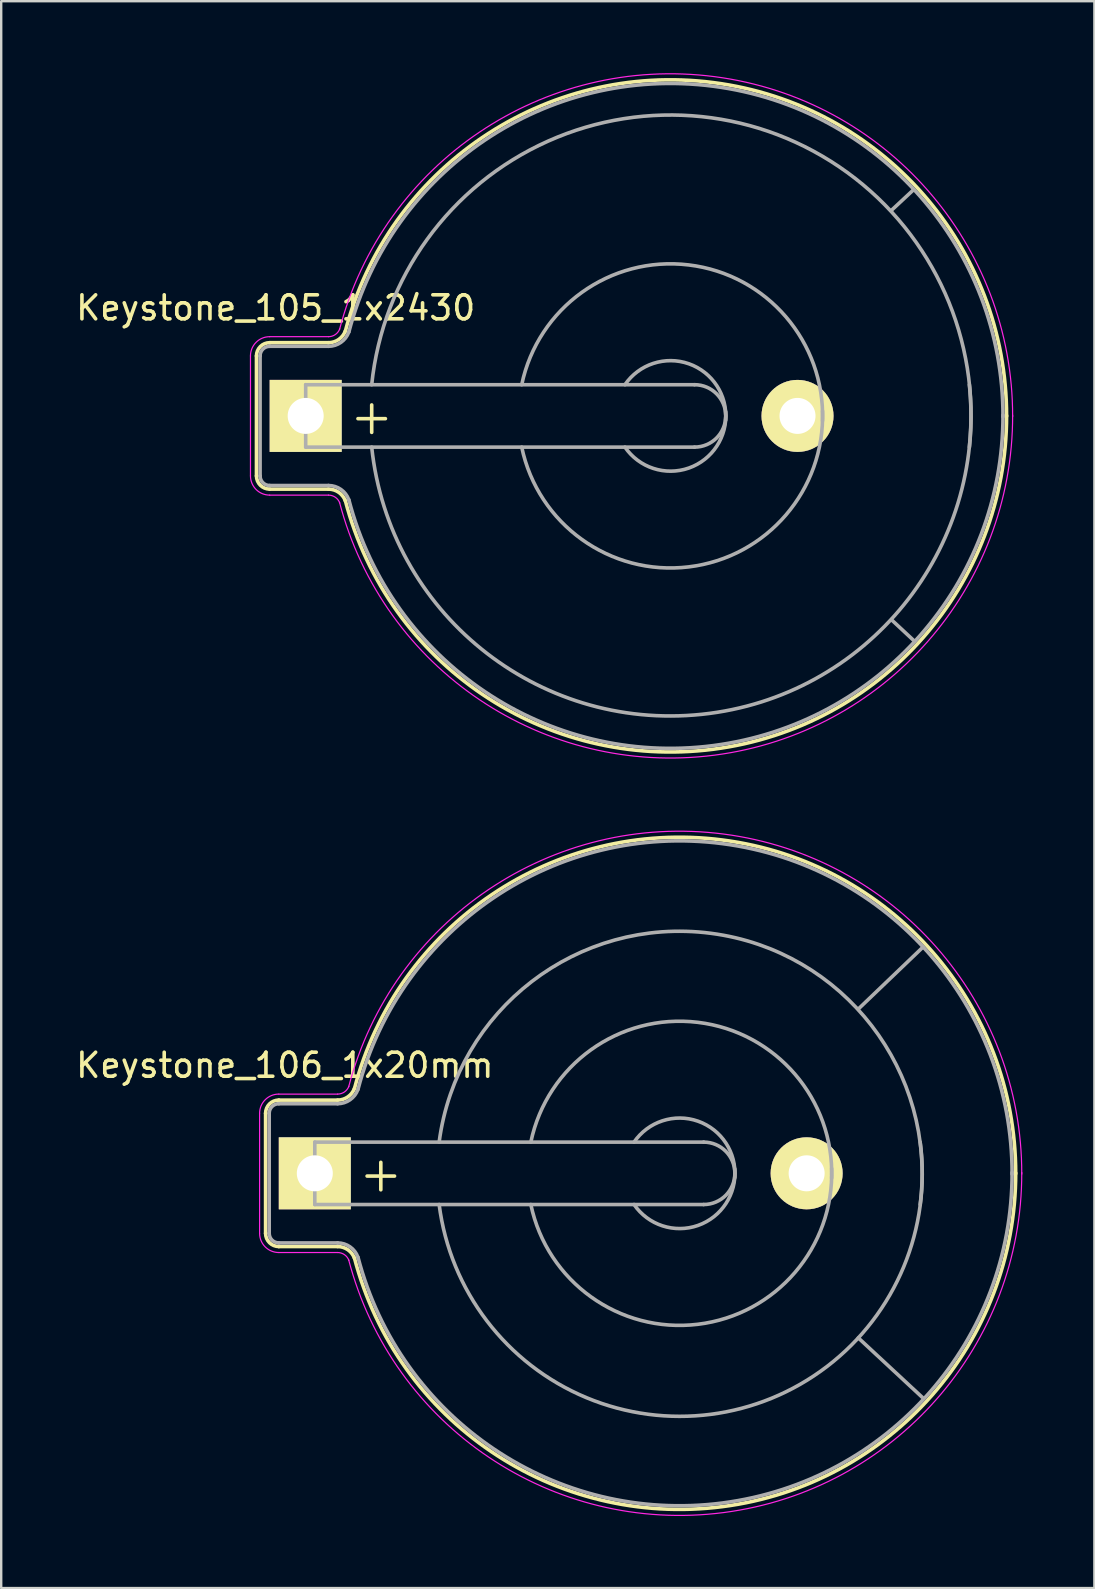
<source format=kicad_pcb>
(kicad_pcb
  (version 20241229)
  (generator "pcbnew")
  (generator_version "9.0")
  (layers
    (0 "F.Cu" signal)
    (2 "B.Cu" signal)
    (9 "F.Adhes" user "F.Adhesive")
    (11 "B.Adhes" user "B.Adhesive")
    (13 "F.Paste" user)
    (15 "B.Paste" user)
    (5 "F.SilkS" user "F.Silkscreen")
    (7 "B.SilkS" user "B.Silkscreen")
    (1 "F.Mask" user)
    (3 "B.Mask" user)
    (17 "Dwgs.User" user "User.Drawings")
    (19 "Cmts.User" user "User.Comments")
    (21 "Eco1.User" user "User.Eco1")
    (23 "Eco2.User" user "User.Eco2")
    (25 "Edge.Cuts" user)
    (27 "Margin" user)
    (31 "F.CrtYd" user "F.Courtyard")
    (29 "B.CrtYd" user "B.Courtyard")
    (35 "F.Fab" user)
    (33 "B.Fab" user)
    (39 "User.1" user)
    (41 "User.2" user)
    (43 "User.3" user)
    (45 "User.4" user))
  (footprint "Keystone_106_1x20mm"
    (layer "F.Cu")
    (at 10.065 45.831)
    (property "Reference" "Keystone_106_1x20mm" (at -1.25 -4.5 0) (layer "F.SilkS") (effects (font (size 1 1) (thickness 0.15))))
    (attr through_hole)
    (fp_line (start -2.05 -2.5) (end -2.05 2.5) (stroke (width 0.15) (type solid)) (layer "F.SilkS"))
    (fp_line (start -1.5 3.05) (end 0.95 3.05) (stroke (width 0.15) (type solid)) (layer "F.SilkS"))
    (fp_line (start 0.95 -3.05) (end -1.5 -3.05) (stroke (width 0.15) (type solid)) (layer "F.SilkS"))
    (fp_arc (start -2.05 -2.5) (mid -1.888909 -2.888909) (end -1.5 -3.05) (stroke (width 0.15) (type solid)) (layer "F.SilkS"))
    (fp_arc (start -1.5 3.05) (mid -1.888909 2.888909) (end -2.05 2.5) (stroke (width 0.15) (type solid)) (layer "F.SilkS"))
    (fp_arc (start 0.95 3.05) (mid 1.380182 3.185636) (end 1.654769 3.543485) (stroke (width 0.15) (type solid)) (layer "F.SilkS"))
    (fp_arc (start 1.65 -3.52) (mid 16.981862 -13.885887) (end 29.199738 0.015231) (stroke (width 0.15) (type solid)) (layer "F.SilkS"))
    (fp_arc (start 1.654769 -3.543485) (mid 1.380182 -3.185636) (end 0.95 -3.05) (stroke (width 0.15) (type solid)) (layer "F.SilkS"))
    (fp_arc (start 29.199738 -0.015231) (mid 16.981862 13.885887) (end 1.65 3.52) (stroke (width 0.15) (type solid)) (layer "F.SilkS"))
    (fp_line (start -2.3 -2.5) (end -2.3 2.5) (stroke (width 0.05) (type solid)) (layer "F.CrtYd"))
    (fp_line (start -1.5 3.3) (end 0.95 3.3) (stroke (width 0.05) (type solid)) (layer "F.CrtYd"))
    (fp_line (start 0.95 -3.3) (end -1.5 -3.3) (stroke (width 0.05) (type solid)) (layer "F.CrtYd"))
    (fp_arc (start -2.3 -2.5) (mid -2.065685 -3.065685) (end -1.5 -3.3) (stroke (width 0.05) (type solid)) (layer "F.CrtYd"))
    (fp_arc (start -1.5 3.3) (mid -2.065685 3.065685) (end -2.3 2.5) (stroke (width 0.05) (type solid)) (layer "F.CrtYd"))
    (fp_arc (start 0.95 3.3) (mid 1.236788 3.390424) (end 1.419846 3.62899) (stroke (width 0.05) (type solid)) (layer "F.CrtYd"))
    (fp_arc (start 1.41 -3.6) (mid 17.030934 -14.134065) (end 29.452124 0.032591) (stroke (width 0.05) (type solid)) (layer "F.CrtYd"))
    (fp_arc (start 1.419846 -3.62899) (mid 1.236788 -3.390424) (end 0.95 -3.3) (stroke (width 0.05) (type solid)) (layer "F.CrtYd"))
    (fp_arc (start 29.452124 -0.032591) (mid 17.030934 14.134065) (end 1.41 3.6) (stroke (width 0.05) (type solid)) (layer "F.CrtYd"))
    (fp_line (start -1.9 -2.5) (end -1.9 2.5) (stroke (width 0.15) (type solid)) (layer "F.Fab"))
    (fp_line (start -1.5 2.9) (end 0.95 2.9) (stroke (width 0.15) (type solid)) (layer "F.Fab"))
    (fp_line (start 0 -1.3) (end 0 1.3) (stroke (width 0.15) (type solid)) (layer "F.Fab"))
    (fp_line (start 0 1.3) (end 16.2 1.3) (stroke (width 0.15) (type solid)) (layer "F.Fab"))
    (fp_line (start 0.95 -2.9) (end -1.5 -2.9) (stroke (width 0.15) (type solid)) (layer "F.Fab"))
    (fp_line (start 16.2 -1.3) (end 0 -1.3) (stroke (width 0.15) (type solid)) (layer "F.Fab"))
    (fp_line (start 22.644 6.858) (end 25.35 9.373) (stroke (width 0.15) (type solid)) (layer "F.Fab"))
    (fp_line (start 22.657 -6.858) (end 25.342 -9.429) (stroke (width 0.15) (type solid)) (layer "F.Fab"))
    (fp_arc (start -1.9 -2.5) (mid -1.782843 -2.782843) (end -1.5 -2.9) (stroke (width 0.15) (type solid)) (layer "F.Fab"))
    (fp_arc (start -1.5 2.9) (mid -1.782843 2.782843) (end -1.9 2.5) (stroke (width 0.15) (type solid)) (layer "F.Fab"))
    (fp_arc (start 0.95 2.9) (mid 1.466219 3.062763) (end 1.795723 3.492182) (stroke (width 0.15) (type solid)) (layer "F.Fab"))
    (fp_arc (start 1.795723 -3.492182) (mid 1.466219 -3.062763) (end 0.95 -2.9) (stroke (width 0.15) (type solid)) (layer "F.Fab"))
    (fp_arc (start 1.8 -3.5) (mid 16.980951 -13.734563) (end 29.049508 0.033425) (stroke (width 0.15) (type solid)) (layer "F.Fab"))
    (fp_arc (start 5.18 -1.3) (mid 16.5 -10.02) (end 25.22 1.3) (stroke (width 0.15) (type solid)) (layer "F.Fab"))
    (fp_arc (start 9 -1.3) (mid 15.954687 -6.28971) (end 21.531551 0.203631) (stroke (width 0.15) (type solid)) (layer "F.Fab"))
    (fp_arc (start 13.3 -1.3) (mid 15.963947 -2.171724) (end 17.495448 0.175833) (stroke (width 0.15) (type solid)) (layer "F.Fab"))
    (fp_arc (start 16.2 -1.3) (mid 17.5 0) (end 16.2 1.3) (stroke (width 0.15) (type solid)) (layer "F.Fab"))
    (fp_arc (start 17.495448 -0.175833) (mid 15.963947 2.171724) (end 13.3 1.3) (stroke (width 0.15) (type solid)) (layer "F.Fab"))
    (fp_arc (start 21.531551 -0.203631) (mid 15.954687 6.28971) (end 9 1.3) (stroke (width 0.15) (type solid)) (layer "F.Fab"))
    (fp_arc (start 25.22 -1.3) (mid 16.5 10.02) (end 5.18 1.3) (stroke (width 0.15) (type solid)) (layer "F.Fab"))
    (fp_arc (start 29.049508 -0.033425) (mid 16.980951 13.734562) (end 1.8 3.5) (stroke (width 0.15) (type solid)) (layer "F.Fab"))
    (fp_text user "+" (at 2.75 0 0) (layer "F.SilkS") (effects (font (size 1.5 1.5) (thickness 0.15))))
    (pad "1" thru_hole rect (at 0 0) (size 3 3) (drill 1.5) (layers "*.Cu" "*.Mask" "F.SilkS"))
    (pad "2" thru_hole circle (at 20.49 0) (size 3 3) (drill 1.5) (layers "*.Cu" "*.Mask" "F.SilkS")))
  (footprint "Keystone_105_1x2430"
    (layer "F.Cu")
    (at 9.685 14.277)
    (property "Reference" "Keystone_105_1x2430" (at -1.25 -4.5 0) (layer "F.SilkS") (effects (font (size 1 1) (thickness 0.15))))
    (attr through_hole)
    (fp_line (start -2.05 -2.5) (end -2.05 2.5) (stroke (width 0.15) (type solid)) (layer "F.SilkS"))
    (fp_line (start -1.5 3.05) (end 0.95 3.05) (stroke (width 0.15) (type solid)) (layer "F.SilkS"))
    (fp_line (start 0.95 -3.05) (end -1.5 -3.05) (stroke (width 0.15) (type solid)) (layer "F.SilkS"))
    (fp_arc (start -2.05 -2.5) (mid -1.888909 -2.888909) (end -1.5 -3.05) (stroke (width 0.15) (type solid)) (layer "F.SilkS"))
    (fp_arc (start -1.5 3.05) (mid -1.888909 2.888909) (end -2.05 2.5) (stroke (width 0.15) (type solid)) (layer "F.SilkS"))
    (fp_arc (start 0.95 3.05) (mid 1.380182 3.185636) (end 1.654769 3.543485) (stroke (width 0.15) (type solid)) (layer "F.SilkS"))
    (fp_arc (start 1.65 -3.52) (mid 16.981862 -13.885887) (end 29.199738 0.015231) (stroke (width 0.15) (type solid)) (layer "F.SilkS"))
    (fp_arc (start 1.654769 -3.543485) (mid 1.380182 -3.185636) (end 0.95 -3.05) (stroke (width 0.15) (type solid)) (layer "F.SilkS"))
    (fp_arc (start 29.199738 -0.015231) (mid 16.981862 13.885887) (end 1.65 3.52) (stroke (width 0.15) (type solid)) (layer "F.SilkS"))
    (fp_line (start -2.3 -2.5) (end -2.3 2.5) (stroke (width 0.05) (type solid)) (layer "F.CrtYd"))
    (fp_line (start -1.5 3.3) (end 0.95 3.3) (stroke (width 0.05) (type solid)) (layer "F.CrtYd"))
    (fp_line (start 0.95 -3.3) (end -1.5 -3.3) (stroke (width 0.05) (type solid)) (layer "F.CrtYd"))
    (fp_arc (start -2.3 -2.5) (mid -2.065685 -3.065685) (end -1.5 -3.3) (stroke (width 0.05) (type solid)) (layer "F.CrtYd"))
    (fp_arc (start -1.5 3.3) (mid -2.065685 3.065685) (end -2.3 2.5) (stroke (width 0.05) (type solid)) (layer "F.CrtYd"))
    (fp_arc (start 0.95 3.3) (mid 1.236788 3.390424) (end 1.419846 3.62899) (stroke (width 0.05) (type solid)) (layer "F.CrtYd"))
    (fp_arc (start 1.41 -3.6) (mid 17.030934 -14.134065) (end 29.452124 0.032591) (stroke (width 0.05) (type solid)) (layer "F.CrtYd"))
    (fp_arc (start 1.419846 -3.62899) (mid 1.236788 -3.390424) (end 0.95 -3.3) (stroke (width 0.05) (type solid)) (layer "F.CrtYd"))
    (fp_arc (start 29.452124 -0.032591) (mid 17.030934 14.134065) (end 1.41 3.6) (stroke (width 0.05) (type solid)) (layer "F.CrtYd"))
    (fp_line (start -1.9 -2.5) (end -1.9 2.5) (stroke (width 0.15) (type solid)) (layer "F.Fab"))
    (fp_line (start -1.5 2.9) (end 0.95 2.9) (stroke (width 0.15) (type solid)) (layer "F.Fab"))
    (fp_line (start 0 -1.3) (end 0 1.3) (stroke (width 0.15) (type solid)) (layer "F.Fab"))
    (fp_line (start 0 1.3) (end 16.2 1.3) (stroke (width 0.15) (type solid)) (layer "F.Fab"))
    (fp_line (start 0.95 -2.9) (end -1.5 -2.9) (stroke (width 0.15) (type solid)) (layer "F.Fab"))
    (fp_line (start 16.2 -1.3) (end 0 -1.3) (stroke (width 0.15) (type solid)) (layer "F.Fab"))
    (fp_line (start 24.384 -8.547) (end 25.299 -9.399) (stroke (width 0.15) (type solid)) (layer "F.Fab"))
    (fp_line (start 24.409 8.496) (end 25.375 9.398) (stroke (width 0.15) (type solid)) (layer "F.Fab"))
    (fp_arc (start -1.9 -2.5) (mid -1.782843 -2.782843) (end -1.5 -2.9) (stroke (width 0.15) (type solid)) (layer "F.Fab"))
    (fp_arc (start -1.5 2.9) (mid -1.782843 2.782843) (end -1.9 2.5) (stroke (width 0.15) (type solid)) (layer "F.Fab"))
    (fp_arc (start 0.95 2.9) (mid 1.466219 3.062763) (end 1.795723 3.492182) (stroke (width 0.15) (type solid)) (layer "F.Fab"))
    (fp_arc (start 1.795723 -3.492182) (mid 1.466219 -3.062763) (end 0.95 -2.9) (stroke (width 0.15) (type solid)) (layer "F.Fab"))
    (fp_arc (start 1.8 -3.5) (mid 16.980951 -13.734563) (end 29.049508 0.033425) (stroke (width 0.15) (type solid)) (layer "F.Fab"))
    (fp_arc (start 2.75 -1.3) (mid 16.5 -12.45) (end 27.65 1.3) (stroke (width 0.15) (type solid)) (layer "F.Fab"))
    (fp_arc (start 9 -1.3) (mid 15.954687 -6.28971) (end 21.531551 0.203631) (stroke (width 0.15) (type solid)) (layer "F.Fab"))
    (fp_arc (start 13.3 -1.3) (mid 15.963947 -2.171724) (end 17.495448 0.175833) (stroke (width 0.15) (type solid)) (layer "F.Fab"))
    (fp_arc (start 16.2 -1.3) (mid 17.5 0) (end 16.2 1.3) (stroke (width 0.15) (type solid)) (layer "F.Fab"))
    (fp_arc (start 17.495448 -0.175833) (mid 15.963947 2.171724) (end 13.3 1.3) (stroke (width 0.15) (type solid)) (layer "F.Fab"))
    (fp_arc (start 21.531551 -0.203631) (mid 15.954687 6.28971) (end 9 1.3) (stroke (width 0.15) (type solid)) (layer "F.Fab"))
    (fp_arc (start 27.65 -1.3) (mid 16.5 12.45) (end 2.75 1.3) (stroke (width 0.15) (type solid)) (layer "F.Fab"))
    (fp_arc (start 29.049508 -0.033425) (mid 16.980951 13.734562) (end 1.8 3.5) (stroke (width 0.15) (type solid)) (layer "F.Fab"))
    (fp_text user "+" (at 2.75 0 0) (layer "F.SilkS") (effects (font (size 1.5 1.5) (thickness 0.15))))
    (pad "1" thru_hole rect (at 0 0) (size 3 3) (drill 1.5) (layers "*.Cu" "*.Mask" "F.SilkS"))
    (pad "2" thru_hole circle (at 20.49 0) (size 3 3) (drill 1.5) (layers "*.Cu" "*.Mask" "F.SilkS")))
  (gr_rect
    (start -3 -3)
    (end 42.543 63.109)
    (stroke (width 0.1) (type default))
    (fill no)
    (layer "Edge.Cuts")))
</source>
